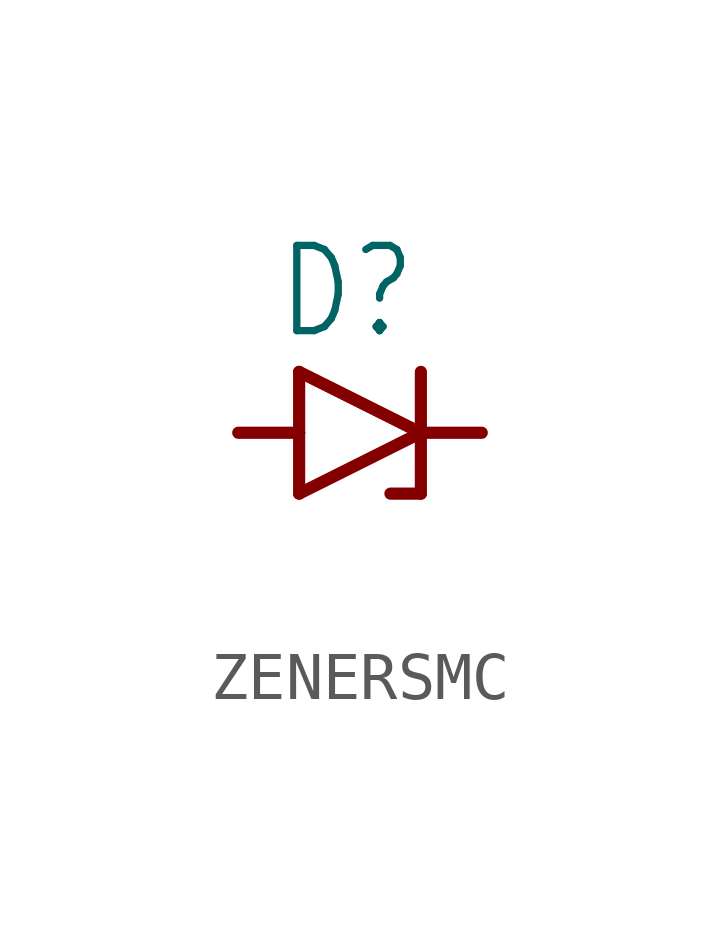
<source format=kicad_sym>
(kicad_symbol_lib
  (version 20231120)
  (generator "kicad_symbol_editor")
  (generator_version "8.0")
  (symbol "ZENERSMC"
    (property "Reference" "D"
      (at -1.778 1.905 0)
      (effects (font (size 1.778 1.511)) (justify left bottom)))
    (property "Value" ""
      (at -1.778 -3.429 0)
      (effects (font (size 1.778 1.511)) (justify left bottom)))
    (property "ki_locked" ""
      (at 0 0 0)
      (effects (font (size 1.27 1.27))))
    (symbol "ZENERSMC_1_0"
      (polyline (pts (xy -1.27 -1.27) (xy 1.27 0)) (stroke (width 0.254) (type solid)) (fill (type none)))
      (polyline (pts (xy -1.27 0) (xy -2.54 0)) (stroke (width 0.254) (type solid)) (fill (type none)))
      (polyline (pts (xy -1.27 0) (xy -1.27 -1.27)) (stroke (width 0.254) (type solid)) (fill (type none)))
      (polyline (pts (xy -1.27 1.27) (xy -1.27 0)) (stroke (width 0.254) (type solid)) (fill (type none)))
      (polyline (pts (xy 1.27 -1.27) (xy 0.635 -1.27)) (stroke (width 0.254) (type solid)) (fill (type none)))
      (polyline (pts (xy 1.27 0) (xy -1.27 1.27)) (stroke (width 0.254) (type solid)) (fill (type none)))
      (polyline (pts (xy 1.27 0) (xy 1.27 -1.27)) (stroke (width 0.254) (type solid)) (fill (type none)))
      (polyline (pts (xy 1.27 0) (xy 2.54 0)) (stroke (width 0.254) (type solid)) (fill (type none)))
      (polyline (pts (xy 1.27 1.27) (xy 1.27 0)) (stroke (width 0.254) (type solid)) (fill (type none)))
      (pin passive line (at -2.54 0 0) (length 0) (name "A" (effects (font (size 0 0)))) (number "A" (effects (font (size 0 0)))))
      (pin passive line (at 2.54 0 180) (length 0) (name "C" (effects (font (size 0 0)))) (number "C" (effects (font (size 0 0))))))))
</source>
